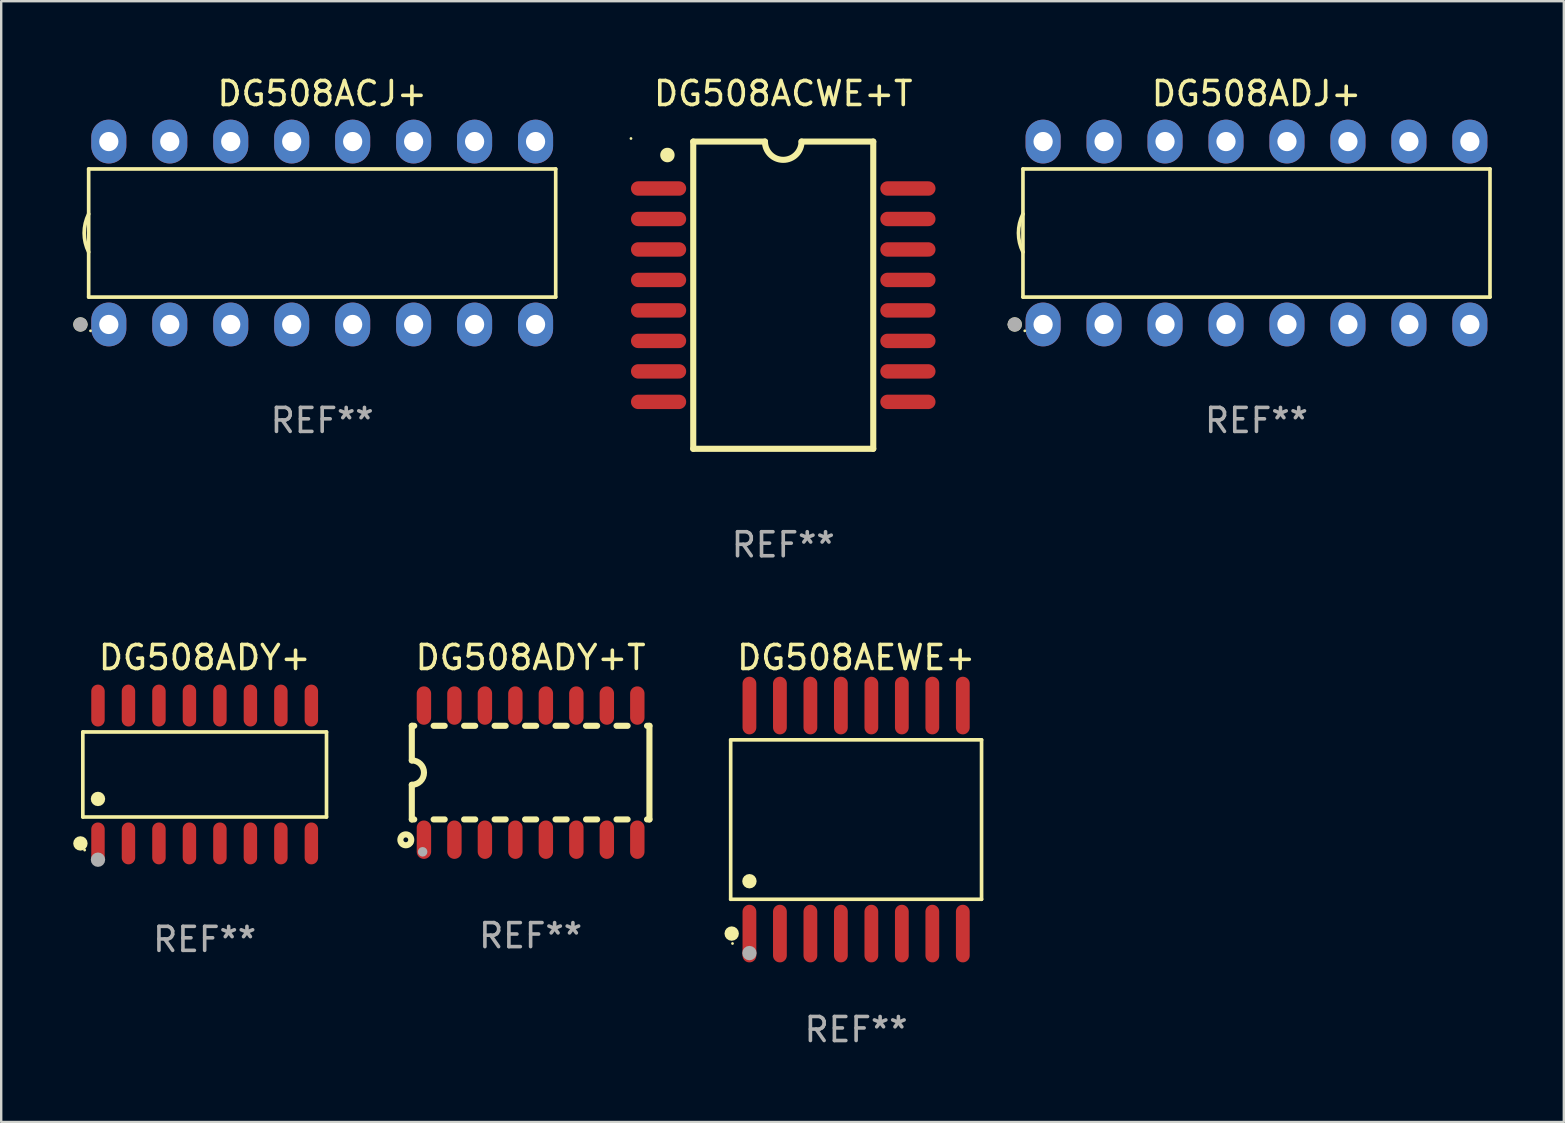
<source format=kicad_pcb>
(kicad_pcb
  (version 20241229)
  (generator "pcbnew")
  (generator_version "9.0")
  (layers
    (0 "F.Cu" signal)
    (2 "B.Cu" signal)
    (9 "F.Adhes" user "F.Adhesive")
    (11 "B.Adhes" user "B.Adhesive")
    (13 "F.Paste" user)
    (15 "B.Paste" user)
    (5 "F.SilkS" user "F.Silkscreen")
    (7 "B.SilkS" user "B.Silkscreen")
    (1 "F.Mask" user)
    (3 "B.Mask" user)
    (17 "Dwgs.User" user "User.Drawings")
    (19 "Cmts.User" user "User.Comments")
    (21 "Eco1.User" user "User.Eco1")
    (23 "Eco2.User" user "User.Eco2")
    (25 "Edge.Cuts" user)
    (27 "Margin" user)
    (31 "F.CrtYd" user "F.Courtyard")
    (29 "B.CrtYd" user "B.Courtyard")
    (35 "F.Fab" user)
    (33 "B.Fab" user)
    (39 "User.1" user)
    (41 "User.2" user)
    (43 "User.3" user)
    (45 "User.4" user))
  (footprint "DG508AEWE+"
    (layer "F.Cu")
    (at 32.618 31.095)
    (property "Reference" "DG508AEWE+" (at 0 -6.75 0) (layer "F.SilkS") (effects (font (size 1 1) (thickness 0.15))))
    (attr through_hole)
    (fp_line (start -5.226 -3.321) (end 5.226 -3.321) (stroke (width 0.152) (type solid)) (layer "F.SilkS"))
    (fp_line (start -5.226 3.321) (end -5.226 -3.321) (stroke (width 0.152) (type solid)) (layer "F.SilkS"))
    (fp_line (start 5.226 -3.321) (end 5.226 3.321) (stroke (width 0.152) (type solid)) (layer "F.SilkS"))
    (fp_line (start 5.226 3.321) (end -5.226 3.321) (stroke (width 0.152) (type solid)) (layer "F.SilkS"))
    (fp_circle (center -5.184 4.75) (end -5.034 4.75) (stroke (width 0.3) (type solid)) (fill no) (layer "F.SilkS"))
    (fp_circle (center -5.15 5.163) (end -5.12 5.163) (stroke (width 0.06) (type solid)) (fill no) (layer "F.SilkS"))
    (fp_circle (center -4.445 2.569) (end -4.295 2.569) (stroke (width 0.3) (type solid)) (fill no) (layer "F.SilkS"))
    (fp_circle (center -4.445 5.563) (end -4.295 5.563) (stroke (width 0.3) (type solid)) (fill no) (layer "F.Fab"))
    (fp_text user "REF**" (at 0 8.75 0) (layer "F.Fab") (effects (font (size 1 1) (thickness 0.15))))
    (pad "1" smd oval (at -4.445 4.75) (size 0.574 2.401) (layers "F.Cu" "F.Mask" "F.Paste"))
    (pad "2" smd oval (at -3.175 4.75) (size 0.574 2.401) (layers "F.Cu" "F.Mask" "F.Paste"))
    (pad "3" smd oval (at -1.905 4.75) (size 0.574 2.401) (layers "F.Cu" "F.Mask" "F.Paste"))
    (pad "4" smd oval (at -0.635 4.75) (size 0.574 2.401) (layers "F.Cu" "F.Mask" "F.Paste"))
    (pad "5" smd oval (at 0.635 4.75) (size 0.574 2.401) (layers "F.Cu" "F.Mask" "F.Paste"))
    (pad "6" smd oval (at 1.905 4.75) (size 0.574 2.401) (layers "F.Cu" "F.Mask" "F.Paste"))
    (pad "7" smd oval (at 3.175 4.75) (size 0.574 2.401) (layers "F.Cu" "F.Mask" "F.Paste"))
    (pad "8" smd oval (at 4.445 4.75) (size 0.574 2.401) (layers "F.Cu" "F.Mask" "F.Paste"))
    (pad "9" smd oval (at 4.445 -4.75) (size 0.574 2.401) (layers "F.Cu" "F.Mask" "F.Paste"))
    (pad "10" smd oval (at 3.175 -4.75) (size 0.574 2.401) (layers "F.Cu" "F.Mask" "F.Paste"))
    (pad "11" smd oval (at 1.905 -4.75) (size 0.574 2.401) (layers "F.Cu" "F.Mask" "F.Paste"))
    (pad "12" smd oval (at 0.635 -4.75) (size 0.574 2.401) (layers "F.Cu" "F.Mask" "F.Paste"))
    (pad "13" smd oval (at -0.635 -4.75) (size 0.574 2.401) (layers "F.Cu" "F.Mask" "F.Paste"))
    (pad "14" smd oval (at -1.905 -4.75) (size 0.574 2.401) (layers "F.Cu" "F.Mask" "F.Paste"))
    (pad "15" smd oval (at -3.175 -4.75) (size 0.574 2.401) (layers "F.Cu" "F.Mask" "F.Paste"))
    (pad "16" smd oval (at -4.445 -4.75) (size 0.574 2.401) (layers "F.Cu" "F.Mask" "F.Paste")))
  (footprint "DG508ADY+T"
    (layer "F.Cu")
    (at 19.057 29.139)
    (property "Reference" "DG508ADY+T" (at 0 -4.794 0) (layer "F.SilkS") (effects (font (size 1 1) (thickness 0.15))))
    (attr through_hole)
    (fp_line (start -4.95 -1.95) (end -4.95 -0.508) (stroke (width 0.254) (type solid)) (layer "F.SilkS"))
    (fp_line (start -4.95 -1.95) (end -4.849 -1.95) (stroke (width 0.254) (type solid)) (layer "F.SilkS"))
    (fp_line (start -4.95 1.95) (end -4.95 0.508) (stroke (width 0.254) (type solid)) (layer "F.SilkS"))
    (fp_line (start -4.95 1.95) (end -4.849 1.95) (stroke (width 0.254) (type solid)) (layer "F.SilkS"))
    (fp_line (start -4.041 -1.95) (end -3.579 -1.95) (stroke (width 0.254) (type solid)) (layer "F.SilkS"))
    (fp_line (start -4.041 1.95) (end -3.579 1.95) (stroke (width 0.254) (type solid)) (layer "F.SilkS"))
    (fp_line (start -2.771 -1.95) (end -2.309 -1.95) (stroke (width 0.254) (type solid)) (layer "F.SilkS"))
    (fp_line (start -2.771 1.95) (end -2.309 1.95) (stroke (width 0.254) (type solid)) (layer "F.SilkS"))
    (fp_line (start -1.501 -1.95) (end -1.039 -1.95) (stroke (width 0.254) (type solid)) (layer "F.SilkS"))
    (fp_line (start -1.501 1.95) (end -1.039 1.95) (stroke (width 0.254) (type solid)) (layer "F.SilkS"))
    (fp_line (start -0.231 -1.95) (end 0.231 -1.95) (stroke (width 0.254) (type solid)) (layer "F.SilkS"))
    (fp_line (start -0.231 1.95) (end 0.231 1.95) (stroke (width 0.254) (type solid)) (layer "F.SilkS"))
    (fp_line (start 1.039 -1.95) (end 1.501 -1.95) (stroke (width 0.254) (type solid)) (layer "F.SilkS"))
    (fp_line (start 1.039 1.95) (end 1.501 1.95) (stroke (width 0.254) (type solid)) (layer "F.SilkS"))
    (fp_line (start 2.309 -1.95) (end 2.771 -1.95) (stroke (width 0.254) (type solid)) (layer "F.SilkS"))
    (fp_line (start 2.309 1.95) (end 2.771 1.95) (stroke (width 0.254) (type solid)) (layer "F.SilkS"))
    (fp_line (start 3.579 -1.95) (end 4.041 -1.95) (stroke (width 0.254) (type solid)) (layer "F.SilkS"))
    (fp_line (start 3.579 1.95) (end 4.041 1.95) (stroke (width 0.254) (type solid)) (layer "F.SilkS"))
    (fp_line (start 4.849 -1.95) (end 4.95 -1.95) (stroke (width 0.254) (type solid)) (layer "F.SilkS"))
    (fp_line (start 4.849 1.95) (end 4.95 1.95) (stroke (width 0.254) (type solid)) (layer "F.SilkS"))
    (fp_line (start 4.95 -1.95) (end 4.95 1.95) (stroke (width 0.254) (type solid)) (layer "F.SilkS"))
    (fp_arc (start -4.95047 -0.508001) (mid -4.442469 -0.000228) (end -4.950013 0.508001) (stroke (width 0.254001) (type solid)) (layer "F.SilkS"))
    (fp_circle (center -5.2 2.8) (end -5.1 2.8) (stroke (width 0.254) (type solid)) (fill no) (layer "F.SilkS"))
    (fp_circle (center -4.95 2.947) (end -4.92 2.947) (stroke (width 0.06) (type solid)) (fill no) (layer "F.SilkS"))
    (fp_circle (center -4.5 3.3) (end -4.4 3.3) (stroke (width 0.2) (type solid)) (fill no) (layer "F.Fab"))
    (fp_text user "REF**" (at 0 6.794 0) (layer "F.Fab") (effects (font (size 1 1) (thickness 0.15))))
    (pad "1" smd oval (at -4.445 2.794) (size 0.6 1.6) (layers "F.Cu" "F.Mask" "F.Paste"))
    (pad "2" smd oval (at -3.175 2.794) (size 0.6 1.6) (layers "F.Cu" "F.Mask" "F.Paste"))
    (pad "3" smd oval (at -1.905 2.794) (size 0.6 1.6) (layers "F.Cu" "F.Mask" "F.Paste"))
    (pad "4" smd oval (at -0.635 2.794) (size 0.6 1.6) (layers "F.Cu" "F.Mask" "F.Paste"))
    (pad "5" smd oval (at 0.635 2.794) (size 0.6 1.6) (layers "F.Cu" "F.Mask" "F.Paste"))
    (pad "6" smd oval (at 1.905 2.794) (size 0.6 1.6) (layers "F.Cu" "F.Mask" "F.Paste"))
    (pad "7" smd oval (at 3.175 2.794) (size 0.6 1.6) (layers "F.Cu" "F.Mask" "F.Paste"))
    (pad "8" smd oval (at 4.445 2.794) (size 0.6 1.6) (layers "F.Cu" "F.Mask" "F.Paste"))
    (pad "9" smd oval (at 4.445 -2.794) (size 0.6 1.6) (layers "F.Cu" "F.Mask" "F.Paste"))
    (pad "10" smd oval (at 3.175 -2.794) (size 0.6 1.6) (layers "F.Cu" "F.Mask" "F.Paste"))
    (pad "11" smd oval (at 1.905 -2.794) (size 0.6 1.6) (layers "F.Cu" "F.Mask" "F.Paste"))
    (pad "12" smd oval (at 0.635 -2.794) (size 0.6 1.6) (layers "F.Cu" "F.Mask" "F.Paste"))
    (pad "13" smd oval (at -0.635 -2.794) (size 0.6 1.6) (layers "F.Cu" "F.Mask" "F.Paste"))
    (pad "14" smd oval (at -1.905 -2.794) (size 0.6 1.6) (layers "F.Cu" "F.Mask" "F.Paste"))
    (pad "15" smd oval (at -3.175 -2.794) (size 0.6 1.6) (layers "F.Cu" "F.Mask" "F.Paste"))
    (pad "16" smd oval (at -4.445 -2.794) (size 0.6 1.6) (layers "F.Cu" "F.Mask" "F.Paste")))
  (footprint "DG508ADJ+"
    (layer "F.Cu")
    (at 49.298 6.658)
    (property "Reference" "DG508ADJ+" (at 0 -5.81 0) (layer "F.SilkS") (effects (font (size 1 1) (thickness 0.15))))
    (attr through_hole)
    (fp_line (start -9.729 -2.669) (end 9.729 -2.669) (stroke (width 0.152) (type solid)) (layer "F.SilkS"))
    (fp_line (start -9.729 2.669) (end -9.729 -2.669) (stroke (width 0.152) (type solid)) (layer "F.SilkS"))
    (fp_line (start 9.729 -2.669) (end 9.729 2.669) (stroke (width 0.152) (type solid)) (layer "F.SilkS"))
    (fp_line (start 9.729 2.669) (end -9.729 2.669) (stroke (width 0.152) (type solid)) (layer "F.SilkS"))
    (fp_arc (start -9.728727 0.793751) (mid -9.916106 0) (end -9.728727 -0.793752) (stroke (width 0.1524) (type solid)) (layer "F.SilkS"))
    (fp_circle (center -10.072 3.81) (end -9.922 3.81) (stroke (width 0.3) (type solid)) (fill no) (layer "F.SilkS"))
    (fp_circle (center -9.653 4.075) (end -9.623 4.075) (stroke (width 0.06) (type solid)) (fill no) (layer "F.SilkS"))
    (fp_circle (center -10.072 3.81) (end -9.922 3.81) (stroke (width 0.3) (type solid)) (fill no) (layer "F.Fab"))
    (fp_text user "REF**" (at 0 7.81 0) (layer "F.Fab") (effects (font (size 1 1) (thickness 0.15))))
    (pad "1" thru_hole oval (at -8.89 3.81) (size 1.46 1.825) (drill 0.8) (layers "*.Cu" "*.Mask"))
    (pad "2" thru_hole oval (at -6.35 3.81) (size 1.46 1.825) (drill 0.8) (layers "*.Cu" "*.Mask"))
    (pad "3" thru_hole oval (at -3.81 3.81) (size 1.46 1.825) (drill 0.8) (layers "*.Cu" "*.Mask"))
    (pad "4" thru_hole oval (at -1.27 3.81) (size 1.46 1.825) (drill 0.8) (layers "*.Cu" "*.Mask"))
    (pad "5" thru_hole oval (at 1.27 3.81) (size 1.46 1.825) (drill 0.8) (layers "*.Cu" "*.Mask"))
    (pad "6" thru_hole oval (at 3.81 3.81) (size 1.46 1.825) (drill 0.8) (layers "*.Cu" "*.Mask"))
    (pad "7" thru_hole oval (at 6.35 3.81) (size 1.46 1.825) (drill 0.8) (layers "*.Cu" "*.Mask"))
    (pad "8" thru_hole oval (at 8.89 3.81) (size 1.46 1.825) (drill 0.8) (layers "*.Cu" "*.Mask"))
    (pad "9" thru_hole oval (at 8.89 -3.81) (size 1.46 1.825) (drill 0.8) (layers "*.Cu" "*.Mask"))
    (pad "10" thru_hole oval (at 6.35 -3.81) (size 1.46 1.825) (drill 0.8) (layers "*.Cu" "*.Mask"))
    (pad "11" thru_hole oval (at 3.81 -3.81) (size 1.46 1.825) (drill 0.8) (layers "*.Cu" "*.Mask"))
    (pad "12" thru_hole oval (at 1.27 -3.81) (size 1.46 1.825) (drill 0.8) (layers "*.Cu" "*.Mask"))
    (pad "13" thru_hole oval (at -1.27 -3.81) (size 1.46 1.825) (drill 0.8) (layers "*.Cu" "*.Mask"))
    (pad "14" thru_hole oval (at -3.81 -3.81) (size 1.46 1.825) (drill 0.8) (layers "*.Cu" "*.Mask"))
    (pad "15" thru_hole oval (at -6.35 -3.81) (size 1.46 1.825) (drill 0.8) (layers "*.Cu" "*.Mask"))
    (pad "16" thru_hole oval (at -8.89 -3.81) (size 1.46 1.825) (drill 0.8) (layers "*.Cu" "*.Mask")))
  (footprint "DG508ADY+"
    (layer "F.Cu")
    (at 5.477 29.217)
    (property "Reference" "DG508ADY+" (at 0 -4.872 0) (layer "F.SilkS") (effects (font (size 1 1) (thickness 0.15))))
    (attr through_hole)
    (fp_line (start -5.076 -1.771) (end 5.076 -1.771) (stroke (width 0.152) (type solid)) (layer "F.SilkS"))
    (fp_line (start -5.076 1.771) (end -5.076 -1.771) (stroke (width 0.152) (type solid)) (layer "F.SilkS"))
    (fp_line (start 5.076 -1.771) (end 5.076 1.771) (stroke (width 0.152) (type solid)) (layer "F.SilkS"))
    (fp_line (start 5.076 1.771) (end -5.076 1.771) (stroke (width 0.152) (type solid)) (layer "F.SilkS"))
    (fp_circle (center -5.177 2.872) (end -5.027 2.872) (stroke (width 0.3) (type solid)) (fill no) (layer "F.SilkS"))
    (fp_circle (center -5 3.15) (end -4.97 3.15) (stroke (width 0.06) (type solid)) (fill no) (layer "F.SilkS"))
    (fp_circle (center -4.445 1.019) (end -4.295 1.019) (stroke (width 0.3) (type solid)) (fill no) (layer "F.SilkS"))
    (fp_circle (center -4.445 3.55) (end -4.295 3.55) (stroke (width 0.3) (type solid)) (fill no) (layer "F.Fab"))
    (fp_text user "REF**" (at 0 6.872 0) (layer "F.Fab") (effects (font (size 1 1) (thickness 0.15))))
    (pad "1" smd oval (at -4.445 2.872) (size 0.56 1.745) (layers "F.Cu" "F.Mask" "F.Paste"))
    (pad "2" smd oval (at -3.175 2.872) (size 0.56 1.745) (layers "F.Cu" "F.Mask" "F.Paste"))
    (pad "3" smd oval (at -1.905 2.872) (size 0.56 1.745) (layers "F.Cu" "F.Mask" "F.Paste"))
    (pad "4" smd oval (at -0.635 2.872) (size 0.56 1.745) (layers "F.Cu" "F.Mask" "F.Paste"))
    (pad "5" smd oval (at 0.635 2.872) (size 0.56 1.745) (layers "F.Cu" "F.Mask" "F.Paste"))
    (pad "6" smd oval (at 1.905 2.872) (size 0.56 1.745) (layers "F.Cu" "F.Mask" "F.Paste"))
    (pad "7" smd oval (at 3.175 2.872) (size 0.56 1.745) (layers "F.Cu" "F.Mask" "F.Paste"))
    (pad "8" smd oval (at 4.445 2.872) (size 0.56 1.745) (layers "F.Cu" "F.Mask" "F.Paste"))
    (pad "9" smd oval (at 4.445 -2.872) (size 0.56 1.745) (layers "F.Cu" "F.Mask" "F.Paste"))
    (pad "10" smd oval (at 3.175 -2.872) (size 0.56 1.745) (layers "F.Cu" "F.Mask" "F.Paste"))
    (pad "11" smd oval (at 1.905 -2.872) (size 0.56 1.745) (layers "F.Cu" "F.Mask" "F.Paste"))
    (pad "12" smd oval (at 0.635 -2.872) (size 0.56 1.745) (layers "F.Cu" "F.Mask" "F.Paste"))
    (pad "13" smd oval (at -0.635 -2.872) (size 0.56 1.745) (layers "F.Cu" "F.Mask" "F.Paste"))
    (pad "14" smd oval (at -1.905 -2.872) (size 0.56 1.745) (layers "F.Cu" "F.Mask" "F.Paste"))
    (pad "15" smd oval (at -3.175 -2.872) (size 0.56 1.745) (layers "F.Cu" "F.Mask" "F.Paste"))
    (pad "16" smd oval (at -4.445 -2.872) (size 0.56 1.745) (layers "F.Cu" "F.Mask" "F.Paste")))
  (footprint "DG508ACWE+T"
    (layer "F.Cu")
    (at 29.582 9.248)
    (property "Reference" "DG508ACWE+T" (at 0 -8.4 0) (layer "F.SilkS") (effects (font (size 1 1) (thickness 0.15))))
    (attr through_hole)
    (fp_line (start -3.75 -6.4) (end -0.762 -6.4) (stroke (width 0.254) (type solid)) (layer "F.SilkS"))
    (fp_line (start -3.75 6.4) (end -3.75 -6.4) (stroke (width 0.254) (type solid)) (layer "F.SilkS"))
    (fp_line (start 3.75 -6.4) (end 0.762 -6.4) (stroke (width 0.254) (type solid)) (layer "F.SilkS"))
    (fp_line (start 3.75 -6.4) (end 3.75 6.4) (stroke (width 0.254) (type solid)) (layer "F.SilkS"))
    (fp_line (start 3.75 6.4) (end -3.75 6.4) (stroke (width 0.254) (type solid)) (layer "F.SilkS"))
    (fp_arc (start -4.82601 -5.836932) (mid -4.826021 -5.839472) (end -4.82601 -5.842012) (stroke (width 0.6) (type solid)) (layer "F.SilkS"))
    (fp_arc (start 0.762002 -6.400025) (mid -0.000394 -5.638811) (end -0.762002 -6.400813) (stroke (width 0.254001) (type solid)) (layer "F.SilkS"))
    (fp_circle (center -6.344 -6.528) (end -6.314 -6.528) (stroke (width 0.06) (type solid)) (fill no) (layer "F.SilkS"))
    (fp_text user "REF**" (at 0 10.4 0) (layer "F.Fab") (effects (font (size 1 1) (thickness 0.15))))
    (pad "1" smd oval (at -5.194 -4.445 90) (size 0.6 2.3) (layers "F.Cu" "F.Mask" "F.Paste"))
    (pad "2" smd oval (at -5.194 -3.175 90) (size 0.6 2.3) (layers "F.Cu" "F.Mask" "F.Paste"))
    (pad "3" smd oval (at -5.194 -1.905 90) (size 0.6 2.3) (layers "F.Cu" "F.Mask" "F.Paste"))
    (pad "4" smd oval (at -5.194 -0.635 90) (size 0.6 2.3) (layers "F.Cu" "F.Mask" "F.Paste"))
    (pad "5" smd oval (at -5.194 0.635 90) (size 0.6 2.3) (layers "F.Cu" "F.Mask" "F.Paste"))
    (pad "6" smd oval (at -5.194 1.905 90) (size 0.6 2.3) (layers "F.Cu" "F.Mask" "F.Paste"))
    (pad "7" smd oval (at -5.194 3.175 90) (size 0.6 2.3) (layers "F.Cu" "F.Mask" "F.Paste"))
    (pad "8" smd oval (at -5.194 4.445 90) (size 0.6 2.3) (layers "F.Cu" "F.Mask" "F.Paste"))
    (pad "9" smd oval (at 5.194 4.445 90) (size 0.6 2.3) (layers "F.Cu" "F.Mask" "F.Paste"))
    (pad "10" smd oval (at 5.194 3.175 90) (size 0.6 2.3) (layers "F.Cu" "F.Mask" "F.Paste"))
    (pad "11" smd oval (at 5.194 1.905 90) (size 0.6 2.3) (layers "F.Cu" "F.Mask" "F.Paste"))
    (pad "12" smd oval (at 5.194 0.635 90) (size 0.6 2.3) (layers "F.Cu" "F.Mask" "F.Paste"))
    (pad "13" smd oval (at 5.194 -0.635 90) (size 0.6 2.3) (layers "F.Cu" "F.Mask" "F.Paste"))
    (pad "14" smd oval (at 5.194 -1.905 90) (size 0.6 2.3) (layers "F.Cu" "F.Mask" "F.Paste"))
    (pad "15" smd oval (at 5.194 -3.175 90) (size 0.6 2.3) (layers "F.Cu" "F.Mask" "F.Paste"))
    (pad "16" smd oval (at 5.194 -4.445 90) (size 0.6 2.3) (layers "F.Cu" "F.Mask" "F.Paste")))
  (footprint "DG508ACJ+"
    (layer "F.Cu")
    (at 10.373 6.658)
    (property "Reference" "DG508ACJ+" (at 0 -5.81 0) (layer "F.SilkS") (effects (font (size 1 1) (thickness 0.15))))
    (attr through_hole)
    (fp_line (start -9.729 -2.669) (end 9.729 -2.669) (stroke (width 0.152) (type solid)) (layer "F.SilkS"))
    (fp_line (start -9.729 2.669) (end -9.729 -2.669) (stroke (width 0.152) (type solid)) (layer "F.SilkS"))
    (fp_line (start 9.729 -2.669) (end 9.729 2.669) (stroke (width 0.152) (type solid)) (layer "F.SilkS"))
    (fp_line (start 9.729 2.669) (end -9.729 2.669) (stroke (width 0.152) (type solid)) (layer "F.SilkS"))
    (fp_arc (start -9.728727 0.793751) (mid -9.916106 0) (end -9.728727 -0.793752) (stroke (width 0.1524) (type solid)) (layer "F.SilkS"))
    (fp_circle (center -10.072 3.81) (end -9.922 3.81) (stroke (width 0.3) (type solid)) (fill no) (layer "F.SilkS"))
    (fp_circle (center -9.653 4.075) (end -9.623 4.075) (stroke (width 0.06) (type solid)) (fill no) (layer "F.SilkS"))
    (fp_circle (center -10.072 3.81) (end -9.922 3.81) (stroke (width 0.3) (type solid)) (fill no) (layer "F.Fab"))
    (fp_text user "REF**" (at 0 7.81 0) (layer "F.Fab") (effects (font (size 1 1) (thickness 0.15))))
    (pad "1" thru_hole oval (at -8.89 3.81) (size 1.46 1.825) (drill 0.8) (layers "*.Cu" "*.Mask"))
    (pad "2" thru_hole oval (at -6.35 3.81) (size 1.46 1.825) (drill 0.8) (layers "*.Cu" "*.Mask"))
    (pad "3" thru_hole oval (at -3.81 3.81) (size 1.46 1.825) (drill 0.8) (layers "*.Cu" "*.Mask"))
    (pad "4" thru_hole oval (at -1.27 3.81) (size 1.46 1.825) (drill 0.8) (layers "*.Cu" "*.Mask"))
    (pad "5" thru_hole oval (at 1.27 3.81) (size 1.46 1.825) (drill 0.8) (layers "*.Cu" "*.Mask"))
    (pad "6" thru_hole oval (at 3.81 3.81) (size 1.46 1.825) (drill 0.8) (layers "*.Cu" "*.Mask"))
    (pad "7" thru_hole oval (at 6.35 3.81) (size 1.46 1.825) (drill 0.8) (layers "*.Cu" "*.Mask"))
    (pad "8" thru_hole oval (at 8.89 3.81) (size 1.46 1.825) (drill 0.8) (layers "*.Cu" "*.Mask"))
    (pad "9" thru_hole oval (at 8.89 -3.81) (size 1.46 1.825) (drill 0.8) (layers "*.Cu" "*.Mask"))
    (pad "10" thru_hole oval (at 6.35 -3.81) (size 1.46 1.825) (drill 0.8) (layers "*.Cu" "*.Mask"))
    (pad "11" thru_hole oval (at 3.81 -3.81) (size 1.46 1.825) (drill 0.8) (layers "*.Cu" "*.Mask"))
    (pad "12" thru_hole oval (at 1.27 -3.81) (size 1.46 1.825) (drill 0.8) (layers "*.Cu" "*.Mask"))
    (pad "13" thru_hole oval (at -1.27 -3.81) (size 1.46 1.825) (drill 0.8) (layers "*.Cu" "*.Mask"))
    (pad "14" thru_hole oval (at -3.81 -3.81) (size 1.46 1.825) (drill 0.8) (layers "*.Cu" "*.Mask"))
    (pad "15" thru_hole oval (at -6.35 -3.81) (size 1.46 1.825) (drill 0.8) (layers "*.Cu" "*.Mask"))
    (pad "16" thru_hole oval (at -8.89 -3.81) (size 1.46 1.825) (drill 0.8) (layers "*.Cu" "*.Mask")))
  (gr_rect
    (start -3 -3)
    (end 62.103 43.694)
    (stroke (width 0.1) (type default))
    (fill no)
    (layer "Edge.Cuts")))
</source>
